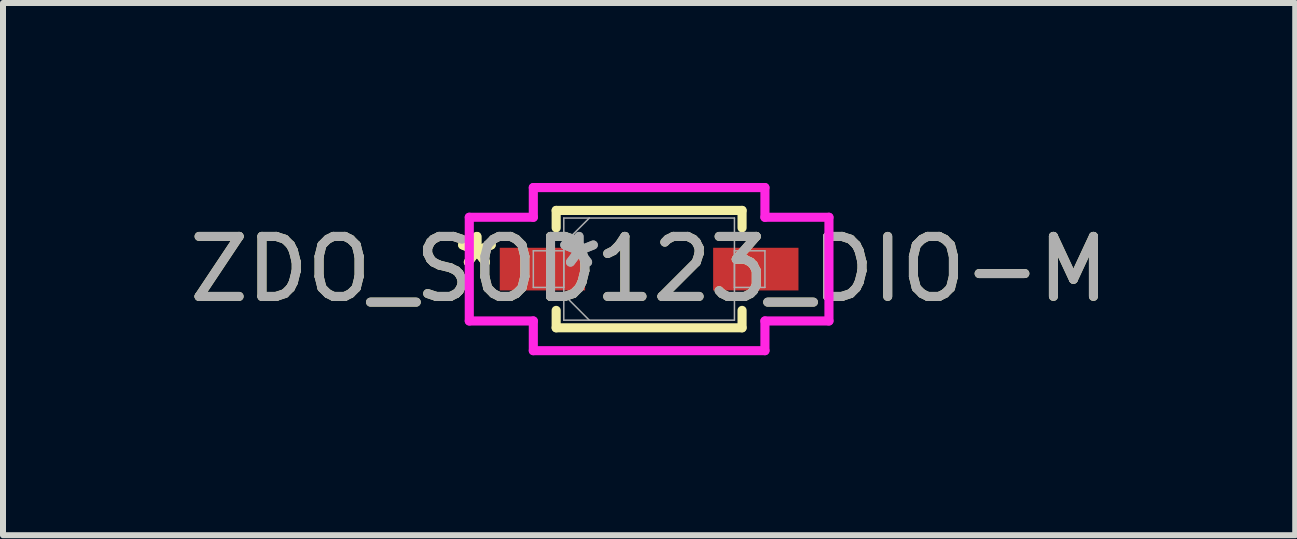
<source format=kicad_pcb>
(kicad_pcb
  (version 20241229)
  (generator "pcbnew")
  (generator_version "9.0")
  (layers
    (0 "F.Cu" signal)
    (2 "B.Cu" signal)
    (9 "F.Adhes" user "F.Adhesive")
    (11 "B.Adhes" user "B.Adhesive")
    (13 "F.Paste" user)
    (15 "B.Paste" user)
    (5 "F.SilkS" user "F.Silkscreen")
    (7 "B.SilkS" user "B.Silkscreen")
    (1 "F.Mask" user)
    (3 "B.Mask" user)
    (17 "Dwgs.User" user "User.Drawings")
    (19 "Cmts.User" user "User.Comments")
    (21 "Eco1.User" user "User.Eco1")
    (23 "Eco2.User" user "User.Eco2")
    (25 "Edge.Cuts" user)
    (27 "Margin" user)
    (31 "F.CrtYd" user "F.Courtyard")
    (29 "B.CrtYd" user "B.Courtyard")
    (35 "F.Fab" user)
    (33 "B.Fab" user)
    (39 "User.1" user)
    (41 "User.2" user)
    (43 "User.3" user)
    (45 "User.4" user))
  (footprint "ZDO_SOD123_DIO-M"
    (layer "F.Cu")
    (at 7.768 1.435)
    (property "Reference" "ZDO_SOD123_DIO-M" (at 0 0 0) (unlocked yes) (layer "F.SilkS") (effects (font (size 1 1) (thickness 0.15))))
    (attr smd)
    (fp_line (start -1.549 -0.978) (end -1.549 -0.688) (stroke (width 0.152) (type solid)) (layer "F.SilkS"))
    (fp_line (start -1.549 0.688) (end -1.549 0.978) (stroke (width 0.152) (type solid)) (layer "F.SilkS"))
    (fp_line (start -1.549 0.978) (end 1.549 0.978) (stroke (width 0.152) (type solid)) (layer "F.SilkS"))
    (fp_line (start 1.549 -0.978) (end -1.549 -0.978) (stroke (width 0.152) (type solid)) (layer "F.SilkS"))
    (fp_line (start 1.549 -0.688) (end 1.549 -0.978) (stroke (width 0.152) (type solid)) (layer "F.SilkS"))
    (fp_line (start 1.549 0.978) (end 1.549 0.688) (stroke (width 0.152) (type solid)) (layer "F.SilkS"))
    (fp_line (start -2.997 -0.864) (end -1.93 -0.864) (stroke (width 0.152) (type solid)) (layer "F.CrtYd"))
    (fp_line (start -2.997 0.864) (end -2.997 -0.864) (stroke (width 0.152) (type solid)) (layer "F.CrtYd"))
    (fp_line (start -1.93 -1.359) (end 1.93 -1.359) (stroke (width 0.152) (type solid)) (layer "F.CrtYd"))
    (fp_line (start -1.93 -0.864) (end -1.93 -1.359) (stroke (width 0.152) (type solid)) (layer "F.CrtYd"))
    (fp_line (start -1.93 0.864) (end -2.997 0.864) (stroke (width 0.152) (type solid)) (layer "F.CrtYd"))
    (fp_line (start -1.93 1.359) (end -1.93 0.864) (stroke (width 0.152) (type solid)) (layer "F.CrtYd"))
    (fp_line (start 1.93 -1.359) (end 1.93 -0.864) (stroke (width 0.152) (type solid)) (layer "F.CrtYd"))
    (fp_line (start 1.93 -0.864) (end 2.997 -0.864) (stroke (width 0.152) (type solid)) (layer "F.CrtYd"))
    (fp_line (start 1.93 0.864) (end 1.93 1.359) (stroke (width 0.152) (type solid)) (layer "F.CrtYd"))
    (fp_line (start 1.93 1.359) (end -1.93 1.359) (stroke (width 0.152) (type solid)) (layer "F.CrtYd"))
    (fp_line (start 2.997 -0.864) (end 2.997 0.864) (stroke (width 0.152) (type solid)) (layer "F.CrtYd"))
    (fp_line (start 2.997 0.864) (end 1.93 0.864) (stroke (width 0.152) (type solid)) (layer "F.CrtYd"))
    (fp_line (start -1.93 -0.305) (end -1.93 0.305) (stroke (width 0.025) (type solid)) (layer "F.Fab"))
    (fp_line (start -1.93 0.305) (end -1.422 0.305) (stroke (width 0.025) (type solid)) (layer "F.Fab"))
    (fp_line (start -1.422 -0.851) (end -1.422 0.851) (stroke (width 0.025) (type solid)) (layer "F.Fab"))
    (fp_line (start -1.422 -0.425) (end -0.997 -0.851) (stroke (width 0.025) (type solid)) (layer "F.Fab"))
    (fp_line (start -1.422 -0.305) (end -1.93 -0.305) (stroke (width 0.025) (type solid)) (layer "F.Fab"))
    (fp_line (start -1.422 0.305) (end -1.422 -0.305) (stroke (width 0.025) (type solid)) (layer "F.Fab"))
    (fp_line (start -1.422 0.425) (end -0.997 0.851) (stroke (width 0.025) (type solid)) (layer "F.Fab"))
    (fp_line (start -1.422 0.851) (end 1.422 0.851) (stroke (width 0.025) (type solid)) (layer "F.Fab"))
    (fp_line (start 1.422 -0.851) (end -1.422 -0.851) (stroke (width 0.025) (type solid)) (layer "F.Fab"))
    (fp_line (start 1.422 -0.305) (end 1.422 0.305) (stroke (width 0.025) (type solid)) (layer "F.Fab"))
    (fp_line (start 1.422 0.305) (end 1.93 0.305) (stroke (width 0.025) (type solid)) (layer "F.Fab"))
    (fp_line (start 1.422 0.851) (end 1.422 -0.851) (stroke (width 0.025) (type solid)) (layer "F.Fab"))
    (fp_line (start 1.93 -0.305) (end 1.422 -0.305) (stroke (width 0.025) (type solid)) (layer "F.Fab"))
    (fp_line (start 1.93 0.305) (end 1.93 -0.305) (stroke (width 0.025) (type solid)) (layer "F.Fab"))
    (fp_text user "*" (at -2.87 0 0) (layer "F.SilkS") (effects (font (size 1 1) (thickness 0.15))))
    (fp_text user "*" (at -2.87 0 0) (unlocked yes) (layer "F.SilkS") (effects (font (size 1 1) (thickness 0.15))))
    (fp_text user "*" (at -1.168 0 0) (unlocked yes) (layer "F.Fab") (effects (font (size 1 1) (thickness 0.15))))
    (fp_text user "*" (at -1.168 0 0) (layer "F.Fab") (effects (font (size 1 1) (thickness 0.15))))
    (fp_text user "${REFERENCE}" (at 0 0 0) (unlocked yes) (layer "F.Fab") (effects (font (size 1 1) (thickness 0.15))))
    (pad "1" smd rect (at -1.778 0) (size 1.422 0.711) (layers "F.Cu" "F.Mask" "F.Paste"))
    (pad "2" smd rect (at 1.778 0) (size 1.422 0.711) (layers "F.Cu" "F.Mask" "F.Paste")))
  (gr_rect
    (start -3 -3)
    (end 18.536 5.87)
    (stroke (width 0.1) (type default))
    (fill no)
    (layer "Edge.Cuts")))
</source>
